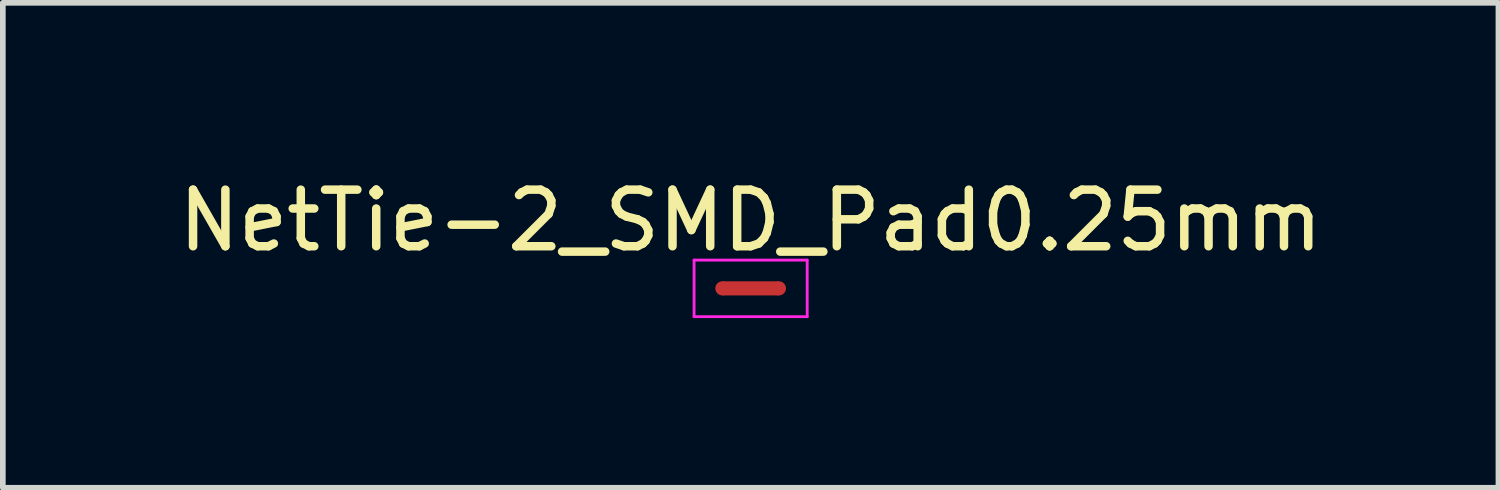
<source format=kicad_pcb>
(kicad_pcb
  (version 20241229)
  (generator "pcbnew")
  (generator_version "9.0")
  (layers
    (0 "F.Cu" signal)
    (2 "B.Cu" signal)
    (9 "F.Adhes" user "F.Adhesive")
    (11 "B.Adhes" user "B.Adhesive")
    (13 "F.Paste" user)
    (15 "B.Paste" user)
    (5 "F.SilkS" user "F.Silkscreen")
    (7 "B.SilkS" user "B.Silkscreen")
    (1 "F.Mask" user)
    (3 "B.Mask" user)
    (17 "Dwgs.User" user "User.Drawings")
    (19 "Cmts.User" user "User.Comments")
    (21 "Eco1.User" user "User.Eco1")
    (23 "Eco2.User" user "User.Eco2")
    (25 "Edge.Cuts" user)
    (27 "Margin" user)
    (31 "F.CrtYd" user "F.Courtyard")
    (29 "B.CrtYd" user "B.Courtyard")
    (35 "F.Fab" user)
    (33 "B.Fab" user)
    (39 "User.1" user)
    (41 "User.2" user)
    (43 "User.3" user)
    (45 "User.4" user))
  (footprint "NetTie-2_SMD_Pad0.25mm"
    (layer "F.Cu")
    (at 10.22 2.048)
    (property "Reference" "NetTie-2_SMD_Pad0.25mm" (at 0 -1.2 0) (layer "F.SilkS") (effects (font (size 1 1) (thickness 0.15))))
    (attr exclude_from_pos_files exclude_from_bom)
    (fp_poly (pts (xy -0.5 -0.125) (xy 0.5 -0.125) (xy 0.5 0.125) (xy -0.5 0.125)) (stroke (width 0) (type solid)) (fill yes) (layer "F.Cu"))
    (fp_line (start -1 -0.5) (end -1 0.5) (stroke (width 0.05) (type solid)) (layer "F.CrtYd"))
    (fp_line (start -1 0.5) (end 1 0.5) (stroke (width 0.05) (type solid)) (layer "F.CrtYd"))
    (fp_line (start 1 -0.5) (end -1 -0.5) (stroke (width 0.05) (type solid)) (layer "F.CrtYd"))
    (fp_line (start 1 0.5) (end 1 -0.5) (stroke (width 0.05) (type solid)) (layer "F.CrtYd"))
    (pad "1" smd circle (at -0.5 0) (size 0.25 0.25) (layers "F.Cu"))
    (pad "2" smd circle (at 0.5 0) (size 0.25 0.25) (layers "F.Cu")))
  (gr_rect
    (start -3 -3)
    (end 23.44 5.573)
    (stroke (width 0.1) (type default))
    (fill no)
    (layer "Edge.Cuts")))
</source>
